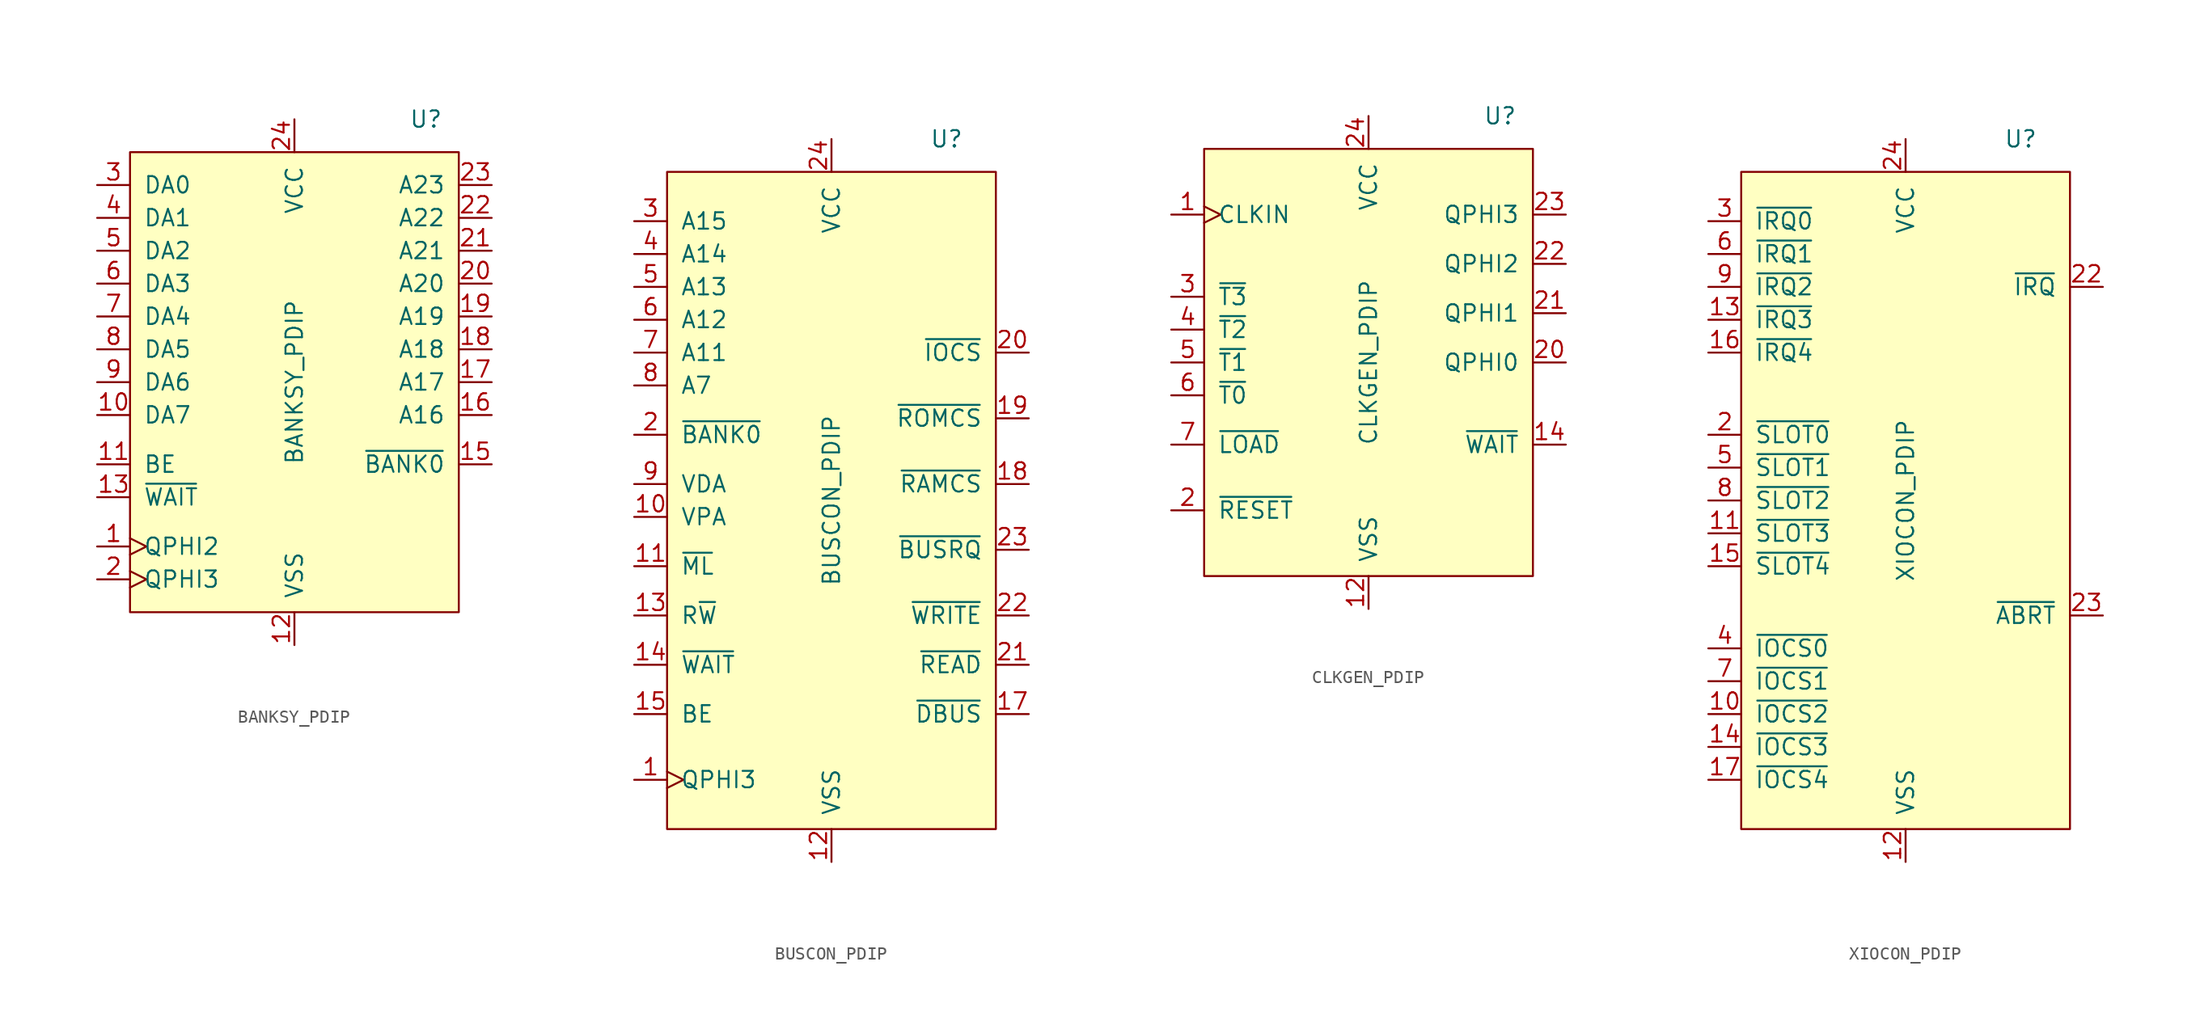
<source format=kicad_sym>
(kicad_symbol_lib
  (version 20211014)
  (generator kicad_symbol_editor)
  (symbol "BANKSY_PDIP"
    (pin_names
      (offset 1.016))
    (property "Reference" "U"
      (at 10.16 20.32 0)
      (effects (font (size 1.27 1.27))))
    (property "Value" "BANKSY_PDIP"
      (at 0 0 90)
      (effects (font (size 1.27 1.27))))
    (symbol "BANKSY_PDIP_0_1"
      (rectangle (start -12.7 17.78) (end 12.7 -17.78) (stroke (width 0) (type default) (color 0 0 0 0)) (fill (type background))))
    (symbol "BANKSY_PDIP_1_1"
      (pin input clock (at -15.24 -12.7 0) (length 2.54) (name "QPHI2" (effects (font (size 1.27 1.27)))) (number "1" (effects (font (size 1.27 1.27)))))
      (pin input line (at -15.24 -2.54 0) (length 2.54) (name "DA7" (effects (font (size 1.27 1.27)))) (number "10" (effects (font (size 1.27 1.27)))))
      (pin input line (at -15.24 -6.35 0) (length 2.54) (name "BE" (effects (font (size 1.27 1.27)))) (number "11" (effects (font (size 1.27 1.27)))))
      (pin power_in line (at 0 -20.32 90) (length 2.54) (name "VSS" (effects (font (size 1.27 1.27)))) (number "12" (effects (font (size 1.27 1.27)))))
      (pin input line (at -15.24 -8.89 0) (length 2.54) (name "~{WAIT}" (effects (font (size 1.27 1.27)))) (number "13" (effects (font (size 1.27 1.27)))))
      (pin tri_state line (at 15.24 -6.35 180) (length 2.54) (name "~{BANK0}" (effects (font (size 1.27 1.27)))) (number "15" (effects (font (size 1.27 1.27)))))
      (pin tri_state line (at 15.24 -2.54 180) (length 2.54) (name "A16" (effects (font (size 1.27 1.27)))) (number "16" (effects (font (size 1.27 1.27)))))
      (pin tri_state line (at 15.24 0 180) (length 2.54) (name "A17" (effects (font (size 1.27 1.27)))) (number "17" (effects (font (size 1.27 1.27)))))
      (pin tri_state line (at 15.24 2.54 180) (length 2.54) (name "A18" (effects (font (size 1.27 1.27)))) (number "18" (effects (font (size 1.27 1.27)))))
      (pin tri_state line (at 15.24 5.08 180) (length 2.54) (name "A19" (effects (font (size 1.27 1.27)))) (number "19" (effects (font (size 1.27 1.27)))))
      (pin input clock (at -15.24 -15.24 0) (length 2.54) (name "QPHI3" (effects (font (size 1.27 1.27)))) (number "2" (effects (font (size 1.27 1.27)))))
      (pin tri_state line (at 15.24 7.62 180) (length 2.54) (name "A20" (effects (font (size 1.27 1.27)))) (number "20" (effects (font (size 1.27 1.27)))))
      (pin tri_state line (at 15.24 10.16 180) (length 2.54) (name "A21" (effects (font (size 1.27 1.27)))) (number "21" (effects (font (size 1.27 1.27)))))
      (pin tri_state line (at 15.24 12.7 180) (length 2.54) (name "A22" (effects (font (size 1.27 1.27)))) (number "22" (effects (font (size 1.27 1.27)))))
      (pin tri_state line (at 15.24 15.24 180) (length 2.54) (name "A23" (effects (font (size 1.27 1.27)))) (number "23" (effects (font (size 1.27 1.27)))))
      (pin power_in line (at 0 20.32 270) (length 2.54) (name "VCC" (effects (font (size 1.27 1.27)))) (number "24" (effects (font (size 1.27 1.27)))))
      (pin input line (at -15.24 15.24 0) (length 2.54) (name "DA0" (effects (font (size 1.27 1.27)))) (number "3" (effects (font (size 1.27 1.27)))))
      (pin input line (at -15.24 12.7 0) (length 2.54) (name "DA1" (effects (font (size 1.27 1.27)))) (number "4" (effects (font (size 1.27 1.27)))))
      (pin input line (at -15.24 10.16 0) (length 2.54) (name "DA2" (effects (font (size 1.27 1.27)))) (number "5" (effects (font (size 1.27 1.27)))))
      (pin input line (at -15.24 7.62 0) (length 2.54) (name "DA3" (effects (font (size 1.27 1.27)))) (number "6" (effects (font (size 1.27 1.27)))))
      (pin input line (at -15.24 5.08 0) (length 2.54) (name "DA4" (effects (font (size 1.27 1.27)))) (number "7" (effects (font (size 1.27 1.27)))))
      (pin input line (at -15.24 2.54 0) (length 2.54) (name "DA5" (effects (font (size 1.27 1.27)))) (number "8" (effects (font (size 1.27 1.27)))))
      (pin input line (at -15.24 0 0) (length 2.54) (name "DA6" (effects (font (size 1.27 1.27)))) (number "9" (effects (font (size 1.27 1.27)))))))
  (symbol "BUSCON_PDIP"
    (pin_names
      (offset 1.016))
    (property "Reference" "U"
      (at 8.89 27.94 0)
      (effects (font (size 1.27 1.27))))
    (property "Value" "BUSCON_PDIP"
      (at 0 0 90)
      (effects (font (size 1.27 1.27))))
    (symbol "BUSCON_PDIP_0_1"
      (rectangle (start -12.7 25.4) (end 12.7 -25.4) (stroke (width 0) (type default) (color 0 0 0 0)) (fill (type background))))
    (symbol "BUSCON_PDIP_1_1"
      (pin input clock (at -15.24 -21.59 0) (length 2.54) (name "QPHI3" (effects (font (size 1.27 1.27)))) (number "1" (effects (font (size 1.27 1.27)))))
      (pin input line (at -15.24 -1.27 0) (length 2.54) (name "VPA" (effects (font (size 1.27 1.27)))) (number "10" (effects (font (size 1.27 1.27)))))
      (pin input line (at -15.24 -5.08 0) (length 2.54) (name "~{ML}" (effects (font (size 1.27 1.27)))) (number "11" (effects (font (size 1.27 1.27)))))
      (pin power_in line (at 0 -27.94 90) (length 2.54) (name "VSS" (effects (font (size 1.27 1.27)))) (number "12" (effects (font (size 1.27 1.27)))))
      (pin input line (at -15.24 -8.89 0) (length 2.54) (name "R~{W}" (effects (font (size 1.27 1.27)))) (number "13" (effects (font (size 1.27 1.27)))))
      (pin input line (at -15.24 -12.7 0) (length 2.54) (name "~{WAIT}" (effects (font (size 1.27 1.27)))) (number "14" (effects (font (size 1.27 1.27)))))
      (pin input line (at -15.24 -16.51 0) (length 2.54) (name "BE" (effects (font (size 1.27 1.27)))) (number "15" (effects (font (size 1.27 1.27)))))
      (pin tri_state line (at 15.24 -16.51 180) (length 2.54) (name "~{DBUS}" (effects (font (size 1.27 1.27)))) (number "17" (effects (font (size 1.27 1.27)))))
      (pin tri_state line (at 15.24 1.27 180) (length 2.54) (name "~{RAMCS}" (effects (font (size 1.27 1.27)))) (number "18" (effects (font (size 1.27 1.27)))))
      (pin tri_state line (at 15.24 6.35 180) (length 2.54) (name "~{ROMCS}" (effects (font (size 1.27 1.27)))) (number "19" (effects (font (size 1.27 1.27)))))
      (pin input line (at -15.24 5.08 0) (length 2.54) (name "~{BANK0}" (effects (font (size 1.27 1.27)))) (number "2" (effects (font (size 1.27 1.27)))))
      (pin tri_state line (at 15.24 11.43 180) (length 2.54) (name "~{IOCS}" (effects (font (size 1.27 1.27)))) (number "20" (effects (font (size 1.27 1.27)))))
      (pin tri_state line (at 15.24 -12.7 180) (length 2.54) (name "~{READ}" (effects (font (size 1.27 1.27)))) (number "21" (effects (font (size 1.27 1.27)))))
      (pin tri_state line (at 15.24 -8.89 180) (length 2.54) (name "~{WRITE}" (effects (font (size 1.27 1.27)))) (number "22" (effects (font (size 1.27 1.27)))))
      (pin tri_state line (at 15.24 -3.81 180) (length 2.54) (name "~{BUSRQ}" (effects (font (size 1.27 1.27)))) (number "23" (effects (font (size 1.27 1.27)))))
      (pin power_in line (at 0 27.94 270) (length 2.54) (name "VCC" (effects (font (size 1.27 1.27)))) (number "24" (effects (font (size 1.27 1.27)))))
      (pin input line (at -15.24 21.59 0) (length 2.54) (name "A15" (effects (font (size 1.27 1.27)))) (number "3" (effects (font (size 1.27 1.27)))))
      (pin input line (at -15.24 19.05 0) (length 2.54) (name "A14" (effects (font (size 1.27 1.27)))) (number "4" (effects (font (size 1.27 1.27)))))
      (pin input line (at -15.24 16.51 0) (length 2.54) (name "A13" (effects (font (size 1.27 1.27)))) (number "5" (effects (font (size 1.27 1.27)))))
      (pin input line (at -15.24 13.97 0) (length 2.54) (name "A12" (effects (font (size 1.27 1.27)))) (number "6" (effects (font (size 1.27 1.27)))))
      (pin input line (at -15.24 11.43 0) (length 2.54) (name "A11" (effects (font (size 1.27 1.27)))) (number "7" (effects (font (size 1.27 1.27)))))
      (pin input line (at -15.24 8.89 0) (length 2.54) (name "A7" (effects (font (size 1.27 1.27)))) (number "8" (effects (font (size 1.27 1.27)))))
      (pin input line (at -15.24 1.27 0) (length 2.54) (name "VDA" (effects (font (size 1.27 1.27)))) (number "9" (effects (font (size 1.27 1.27)))))))
  (symbol "CLKGEN_PDIP"
    (pin_names
      (offset 1.016))
    (property "Reference" "U"
      (at 10.16 19.05 0)
      (effects (font (size 1.27 1.27))))
    (property "Value" "CLKGEN_PDIP"
      (at 0 0 90)
      (effects (font (size 1.27 1.27))))
    (symbol "CLKGEN_PDIP_0_1"
      (rectangle (start -12.7 16.51) (end 12.7 -16.51) (stroke (width 0) (type default) (color 0 0 0 0)) (fill (type background))))
    (symbol "CLKGEN_PDIP_1_1"
      (pin input clock (at -15.24 11.43 0) (length 2.54) (name "CLKIN" (effects (font (size 1.27 1.27)))) (number "1" (effects (font (size 1.27 1.27)))))
      (pin power_in line (at 0 -19.05 90) (length 2.54) (name "VSS" (effects (font (size 1.27 1.27)))) (number "12" (effects (font (size 1.27 1.27)))))
      (pin input line (at 15.24 -6.35 180) (length 2.54) (name "~{WAIT}" (effects (font (size 1.27 1.27)))) (number "14" (effects (font (size 1.27 1.27)))))
      (pin input line (at -15.24 -11.43 0) (length 2.54) (name "~{RESET}" (effects (font (size 1.27 1.27)))) (number "2" (effects (font (size 1.27 1.27)))))
      (pin output line (at 15.24 0 180) (length 2.54) (name "QPHI0" (effects (font (size 1.27 1.27)))) (number "20" (effects (font (size 1.27 1.27)))))
      (pin output line (at 15.24 3.81 180) (length 2.54) (name "QPHI1" (effects (font (size 1.27 1.27)))) (number "21" (effects (font (size 1.27 1.27)))))
      (pin output line (at 15.24 7.62 180) (length 2.54) (name "QPHI2" (effects (font (size 1.27 1.27)))) (number "22" (effects (font (size 1.27 1.27)))))
      (pin output line (at 15.24 11.43 180) (length 2.54) (name "QPHI3" (effects (font (size 1.27 1.27)))) (number "23" (effects (font (size 1.27 1.27)))))
      (pin power_in line (at 0 19.05 270) (length 2.54) (name "VCC" (effects (font (size 1.27 1.27)))) (number "24" (effects (font (size 1.27 1.27)))))
      (pin input line (at -15.24 5.08 0) (length 2.54) (name "~{T3}" (effects (font (size 1.27 1.27)))) (number "3" (effects (font (size 1.27 1.27)))))
      (pin input line (at -15.24 2.54 0) (length 2.54) (name "~{T2}" (effects (font (size 1.27 1.27)))) (number "4" (effects (font (size 1.27 1.27)))))
      (pin input line (at -15.24 0 0) (length 2.54) (name "~{T1}" (effects (font (size 1.27 1.27)))) (number "5" (effects (font (size 1.27 1.27)))))
      (pin input line (at -15.24 -2.54 0) (length 2.54) (name "~{T0}" (effects (font (size 1.27 1.27)))) (number "6" (effects (font (size 1.27 1.27)))))
      (pin input line (at -15.24 -6.35 0) (length 2.54) (name "~{LOAD}" (effects (font (size 1.27 1.27)))) (number "7" (effects (font (size 1.27 1.27)))))))
  (symbol "XIOCON_PDIP"
    (pin_names
      (offset 1.016))
    (property "Reference" "U"
      (at 8.89 27.94 0)
      (effects (font (size 1.27 1.27))))
    (property "Value" "XIOCON_PDIP"
      (at 0 0 90)
      (effects (font (size 1.27 1.27))))
    (symbol "XIOCON_PDIP_0_1"
      (rectangle (start -12.7 25.4) (end 12.7 -25.4) (stroke (width 0) (type default) (color 0 0 0 0)) (fill (type background))))
    (symbol "XIOCON_PDIP_1_1"
      (pin input line (at -15.24 -16.51 0) (length 2.54) (name "~{IOCS2}" (effects (font (size 1.27 1.27)))) (number "10" (effects (font (size 1.27 1.27)))))
      (pin input line (at -15.24 -2.54 0) (length 2.54) (name "~{SLOT3}" (effects (font (size 1.27 1.27)))) (number "11" (effects (font (size 1.27 1.27)))))
      (pin power_in line (at 0 -27.94 90) (length 2.54) (name "VSS" (effects (font (size 1.27 1.27)))) (number "12" (effects (font (size 1.27 1.27)))))
      (pin input line (at -15.24 13.97 0) (length 2.54) (name "~{IRQ3}" (effects (font (size 1.27 1.27)))) (number "13" (effects (font (size 1.27 1.27)))))
      (pin input line (at -15.24 -19.05 0) (length 2.54) (name "~{IOCS3}" (effects (font (size 1.27 1.27)))) (number "14" (effects (font (size 1.27 1.27)))))
      (pin input line (at -15.24 -5.08 0) (length 2.54) (name "~{SLOT4}" (effects (font (size 1.27 1.27)))) (number "15" (effects (font (size 1.27 1.27)))))
      (pin input line (at -15.24 11.43 0) (length 2.54) (name "~{IRQ4}" (effects (font (size 1.27 1.27)))) (number "16" (effects (font (size 1.27 1.27)))))
      (pin input line (at -15.24 -21.59 0) (length 2.54) (name "~{IOCS4}" (effects (font (size 1.27 1.27)))) (number "17" (effects (font (size 1.27 1.27)))))
      (pin input line (at -15.24 5.08 0) (length 2.54) (name "~{SLOT0}" (effects (font (size 1.27 1.27)))) (number "2" (effects (font (size 1.27 1.27)))))
      (pin output line (at 15.24 16.51 180) (length 2.54) (name "~{IRQ}" (effects (font (size 1.27 1.27)))) (number "22" (effects (font (size 1.27 1.27)))))
      (pin output line (at 15.24 -8.89 180) (length 2.54) (name "~{ABRT}" (effects (font (size 1.27 1.27)))) (number "23" (effects (font (size 1.27 1.27)))))
      (pin power_in line (at 0 27.94 270) (length 2.54) (name "VCC" (effects (font (size 1.27 1.27)))) (number "24" (effects (font (size 1.27 1.27)))))
      (pin input line (at -15.24 21.59 0) (length 2.54) (name "~{IRQ0}" (effects (font (size 1.27 1.27)))) (number "3" (effects (font (size 1.27 1.27)))))
      (pin input line (at -15.24 -11.43 0) (length 2.54) (name "~{IOCS0}" (effects (font (size 1.27 1.27)))) (number "4" (effects (font (size 1.27 1.27)))))
      (pin input line (at -15.24 2.54 0) (length 2.54) (name "~{SLOT1}" (effects (font (size 1.27 1.27)))) (number "5" (effects (font (size 1.27 1.27)))))
      (pin input line (at -15.24 19.05 0) (length 2.54) (name "~{IRQ1}" (effects (font (size 1.27 1.27)))) (number "6" (effects (font (size 1.27 1.27)))))
      (pin input line (at -15.24 -13.97 0) (length 2.54) (name "~{IOCS1}" (effects (font (size 1.27 1.27)))) (number "7" (effects (font (size 1.27 1.27)))))
      (pin input line (at -15.24 0 0) (length 2.54) (name "~{SLOT2}" (effects (font (size 1.27 1.27)))) (number "8" (effects (font (size 1.27 1.27)))))
      (pin input line (at -15.24 16.51 0) (length 2.54) (name "~{IRQ2}" (effects (font (size 1.27 1.27)))) (number "9" (effects (font (size 1.27 1.27))))))))
</source>
